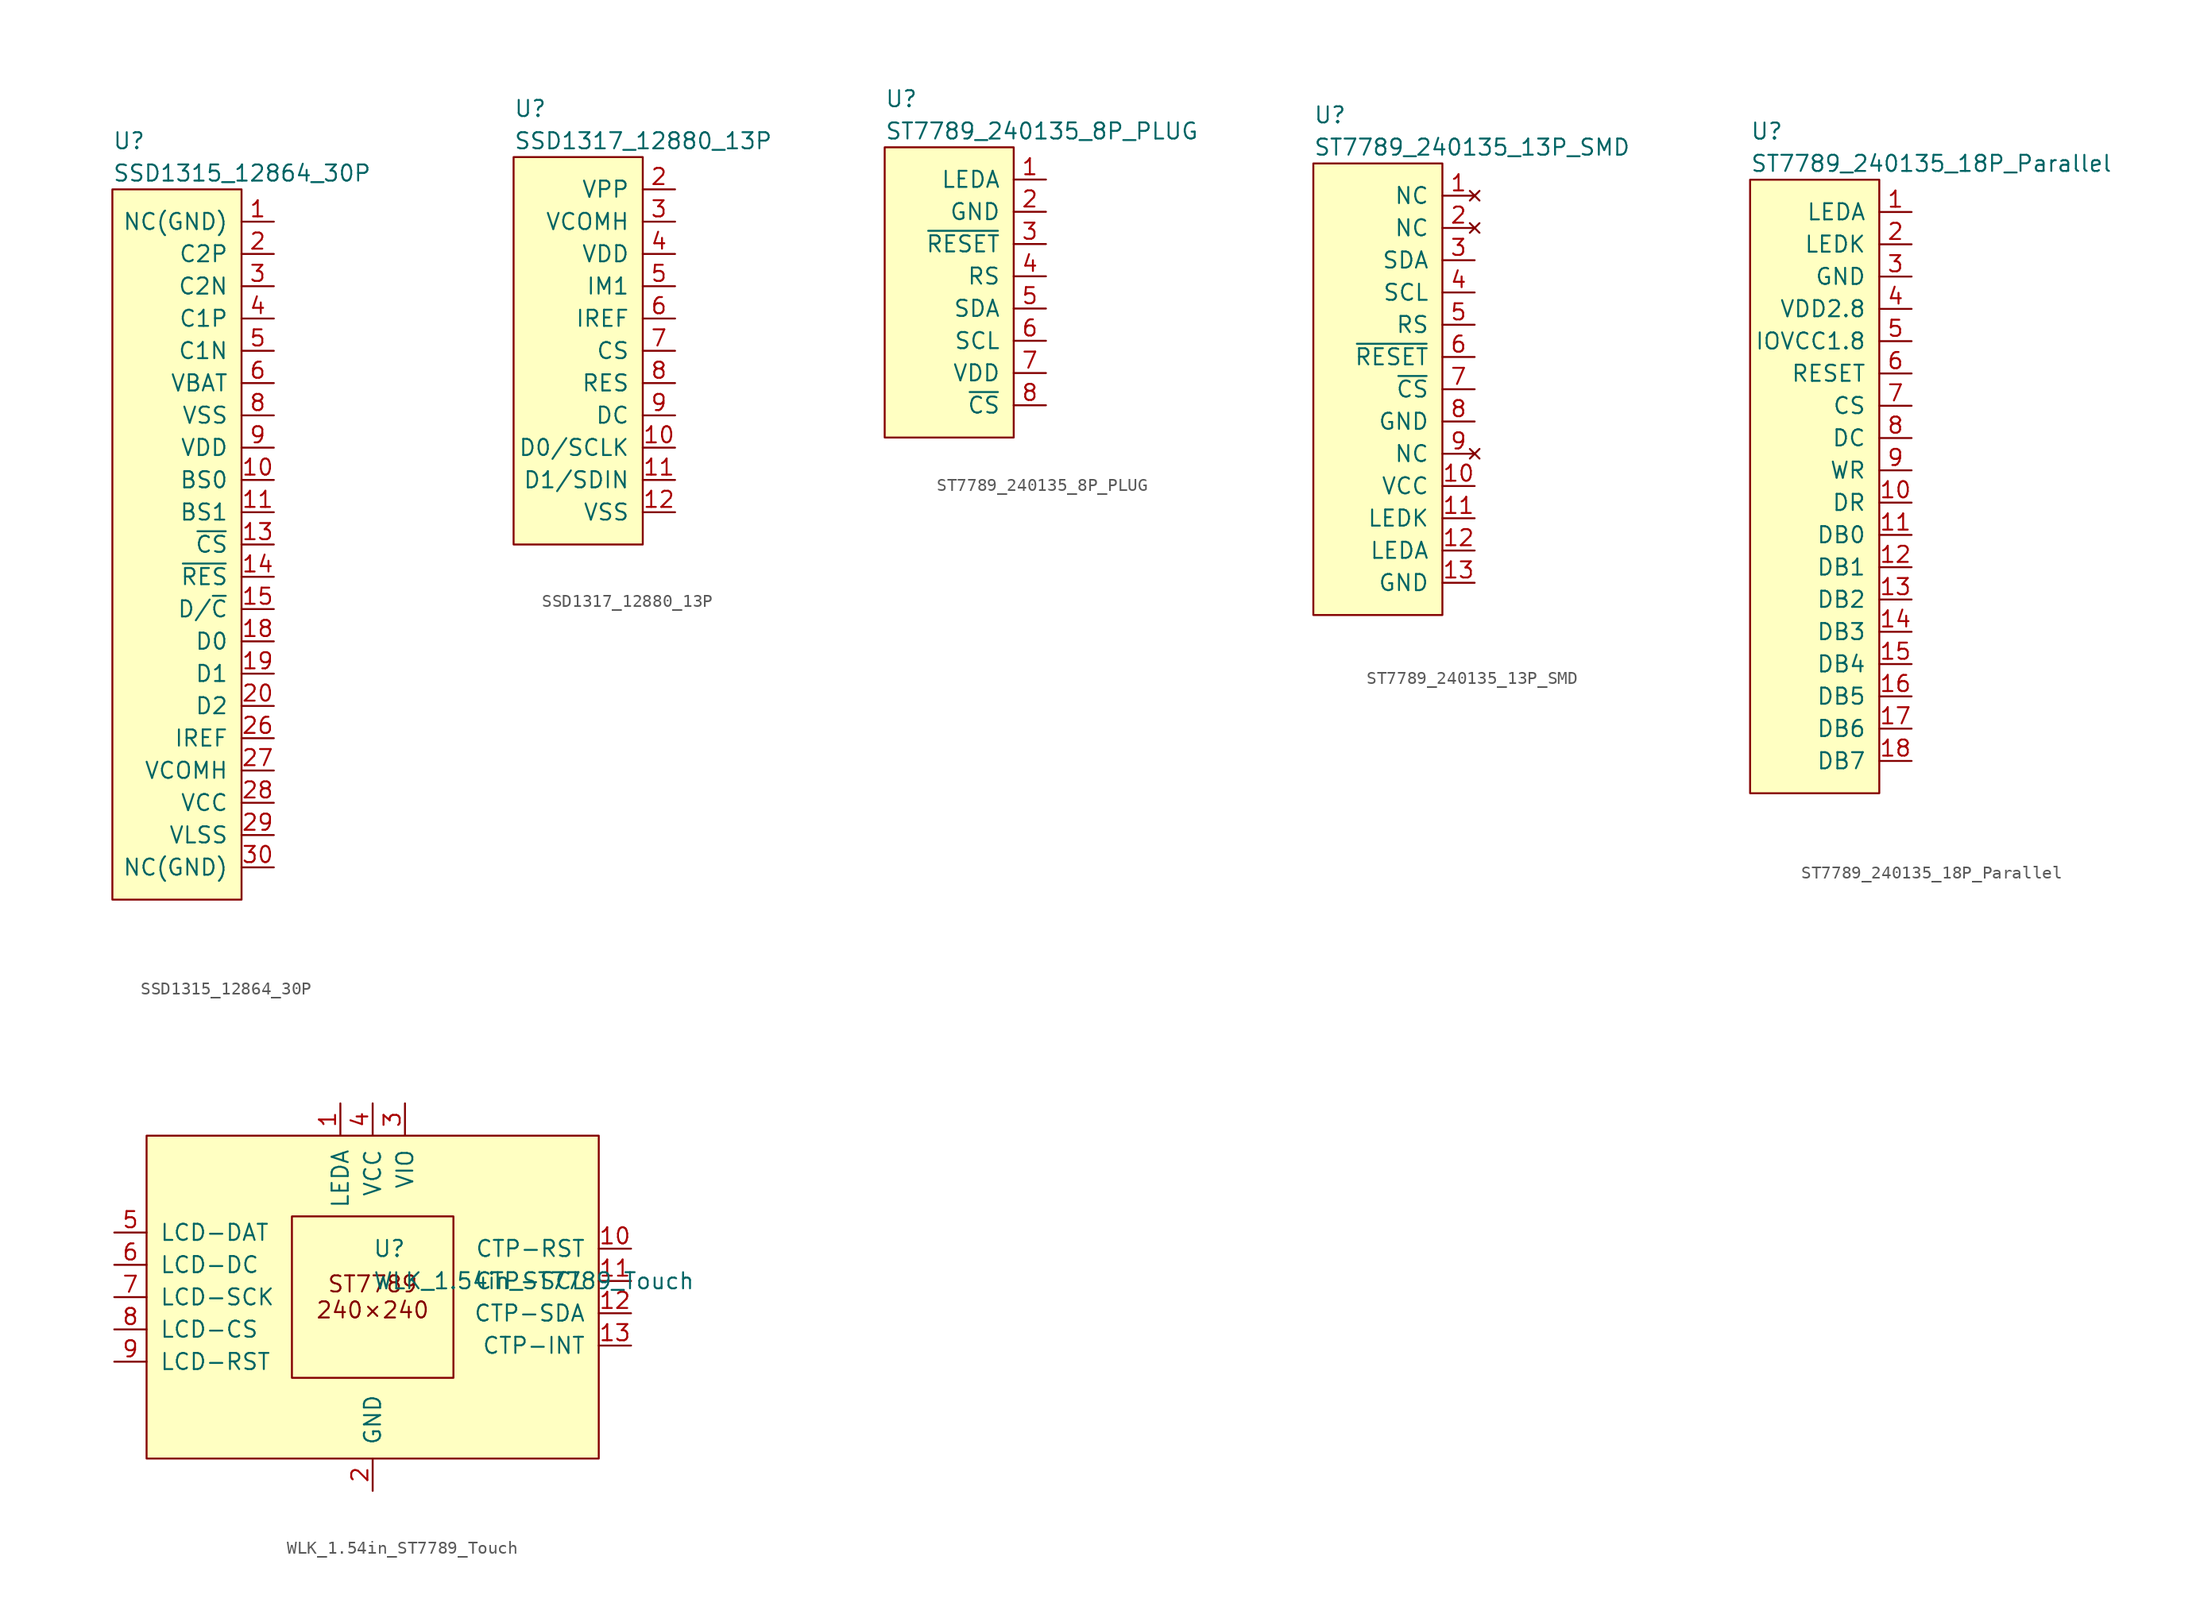
<source format=kicad_sym>
(kicad_symbol_lib
  (version 20241209)
  (generator "kicad_symbol_editor")
  (generator_version "9.0")
  (symbol "SSD1315_12864_30P"
    (pin_names
      (offset 1.016))
    (property "Reference" "U"
      (at 0 3.81 0)
      (effects (font (size 1.27 1.27)) (justify left)))
    (property "Value" "SSD1315_12864_30P"
      (at 0 1.27 0)
      (effects (font (size 1.27 1.27)) (justify left)))
    (symbol "SSD1315_12864_30P_0_1"
      (rectangle (start 0 0) (end 10.16 -55.88) (stroke (width 0) (type default)) (fill (type background))))
    (symbol "SSD1315_12864_30P_1_1"
      (pin no_connect line (at -2.54 -5.08 0) (length 2.54) (hide yes) (name "NC" (effects (font (size 1.27 1.27)))) (number "7" (effects (font (size 1.27 1.27)))))
      (pin no_connect line (at -2.54 -7.62 0) (length 2.54) (hide yes) (name "NC" (effects (font (size 1.27 1.27)))) (number "12" (effects (font (size 1.27 1.27)))))
      (pin no_connect line (at -2.54 -10.16 0) (length 2.54) (hide yes) (name "NC" (effects (font (size 1.27 1.27)))) (number "16" (effects (font (size 1.27 1.27)))))
      (pin no_connect line (at -2.54 -12.7 0) (length 2.54) (hide yes) (name "NC" (effects (font (size 1.27 1.27)))) (number "17" (effects (font (size 1.27 1.27)))))
      (pin no_connect line (at -2.54 -15.24 0) (length 2.54) (hide yes) (name "NC" (effects (font (size 1.27 1.27)))) (number "21" (effects (font (size 1.27 1.27)))))
      (pin no_connect line (at -2.54 -17.78 0) (length 2.54) (hide yes) (name "NC" (effects (font (size 1.27 1.27)))) (number "22" (effects (font (size 1.27 1.27)))))
      (pin no_connect line (at -2.54 -20.32 0) (length 2.54) (hide yes) (name "NC" (effects (font (size 1.27 1.27)))) (number "23" (effects (font (size 1.27 1.27)))))
      (pin no_connect line (at -2.54 -22.86 0) (length 2.54) (hide yes) (name "NC" (effects (font (size 1.27 1.27)))) (number "24" (effects (font (size 1.27 1.27)))))
      (pin no_connect line (at -2.54 -25.4 0) (length 2.54) (hide yes) (name "NC" (effects (font (size 1.27 1.27)))) (number "25" (effects (font (size 1.27 1.27)))))
      (pin power_out line (at 12.7 -2.54 180) (length 2.54) (name "NC(GND)" (effects (font (size 1.27 1.27)))) (number "1" (effects (font (size 1.27 1.27)))))
      (pin power_out line (at 12.7 -5.08 180) (length 2.54) (name "C2P" (effects (font (size 1.27 1.27)))) (number "2" (effects (font (size 1.27 1.27)))))
      (pin power_out line (at 12.7 -7.62 180) (length 2.54) (name "C2N" (effects (font (size 1.27 1.27)))) (number "3" (effects (font (size 1.27 1.27)))))
      (pin power_out line (at 12.7 -10.16 180) (length 2.54) (name "C1P" (effects (font (size 1.27 1.27)))) (number "4" (effects (font (size 1.27 1.27)))))
      (pin power_in line (at 12.7 -12.7 180) (length 2.54) (name "C1N" (effects (font (size 1.27 1.27)))) (number "5" (effects (font (size 1.27 1.27)))))
      (pin power_in line (at 12.7 -15.24 180) (length 2.54) (name "VBAT" (effects (font (size 1.27 1.27)))) (number "6" (effects (font (size 1.27 1.27)))))
      (pin power_in line (at 12.7 -17.78 180) (length 2.54) (name "VSS" (effects (font (size 1.27 1.27)))) (number "8" (effects (font (size 1.27 1.27)))))
      (pin power_in line (at 12.7 -20.32 180) (length 2.54) (name "VDD" (effects (font (size 1.27 1.27)))) (number "9" (effects (font (size 1.27 1.27)))))
      (pin input line (at 12.7 -22.86 180) (length 2.54) (name "BS0" (effects (font (size 1.27 1.27)))) (number "10" (effects (font (size 1.27 1.27)))))
      (pin input line (at 12.7 -25.4 180) (length 2.54) (name "BS1" (effects (font (size 1.27 1.27)))) (number "11" (effects (font (size 1.27 1.27)))))
      (pin input line (at 12.7 -27.94 180) (length 2.54) (name "~{CS}" (effects (font (size 1.27 1.27)))) (number "13" (effects (font (size 1.27 1.27)))))
      (pin input line (at 12.7 -30.48 180) (length 2.54) (name "~{RES}" (effects (font (size 1.27 1.27)))) (number "14" (effects (font (size 1.27 1.27)))))
      (pin input line (at 12.7 -33.02 180) (length 2.54) (name "D/~{C}" (effects (font (size 1.27 1.27)))) (number "15" (effects (font (size 1.27 1.27)))))
      (pin input line (at 12.7 -35.56 180) (length 2.54) (name "D0" (effects (font (size 1.27 1.27)))) (number "18" (effects (font (size 1.27 1.27)))))
      (pin input line (at 12.7 -38.1 180) (length 2.54) (name "D1" (effects (font (size 1.27 1.27)))) (number "19" (effects (font (size 1.27 1.27)))))
      (pin input line (at 12.7 -40.64 180) (length 2.54) (name "D2" (effects (font (size 1.27 1.27)))) (number "20" (effects (font (size 1.27 1.27)))))
      (pin input line (at 12.7 -43.18 180) (length 2.54) (name "IREF" (effects (font (size 1.27 1.27)))) (number "26" (effects (font (size 1.27 1.27)))))
      (pin power_in line (at 12.7 -45.72 180) (length 2.54) (name "VCOMH" (effects (font (size 1.27 1.27)))) (number "27" (effects (font (size 1.27 1.27)))))
      (pin power_in line (at 12.7 -48.26 180) (length 2.54) (name "VCC" (effects (font (size 1.27 1.27)))) (number "28" (effects (font (size 1.27 1.27)))))
      (pin power_in line (at 12.7 -50.8 180) (length 2.54) (name "VLSS" (effects (font (size 1.27 1.27)))) (number "29" (effects (font (size 1.27 1.27)))))
      (pin power_in line (at 12.7 -53.34 180) (length 2.54) (name "NC(GND)" (effects (font (size 1.27 1.27)))) (number "30" (effects (font (size 1.27 1.27)))))))
  (symbol "SSD1317_12880_13P"
    (pin_names
      (offset 1.016))
    (property "Reference" "U"
      (at 0 3.81 0)
      (effects (font (size 1.27 1.27)) (justify left)))
    (property "Value" "SSD1317_12880_13P"
      (at 0 1.27 0)
      (effects (font (size 1.27 1.27)) (justify left)))
    (symbol "SSD1317_12880_13P_0_1"
      (rectangle (start 0 0) (end 10.16 -30.48) (stroke (width 0) (type default)) (fill (type background))))
    (symbol "SSD1317_12880_13P_1_1"
      (pin no_connect line (at -2.54 -5.08 0) (length 2.54) (hide yes) (name "NC" (effects (font (size 1.27 1.27)))) (number "1" (effects (font (size 1.27 1.27)))))
      (pin no_connect line (at -2.54 -7.62 0) (length 2.54) (hide yes) (name "NC" (effects (font (size 1.27 1.27)))) (number "13" (effects (font (size 1.27 1.27)))))
      (pin power_in line (at 12.7 -2.54 180) (length 2.54) (name "VPP" (effects (font (size 1.27 1.27)))) (number "2" (effects (font (size 1.27 1.27)))))
      (pin power_in line (at 12.7 -5.08 180) (length 2.54) (name "VCOMH" (effects (font (size 1.27 1.27)))) (number "3" (effects (font (size 1.27 1.27)))))
      (pin power_in line (at 12.7 -7.62 180) (length 2.54) (name "VDD" (effects (font (size 1.27 1.27)))) (number "4" (effects (font (size 1.27 1.27)))))
      (pin input line (at 12.7 -10.16 180) (length 2.54) (name "IM1" (effects (font (size 1.27 1.27)))) (number "5" (effects (font (size 1.27 1.27)))))
      (pin input line (at 12.7 -12.7 180) (length 2.54) (name "IREF" (effects (font (size 1.27 1.27)))) (number "6" (effects (font (size 1.27 1.27)))))
      (pin input line (at 12.7 -15.24 180) (length 2.54) (name "CS" (effects (font (size 1.27 1.27)))) (number "7" (effects (font (size 1.27 1.27)))))
      (pin input line (at 12.7 -17.78 180) (length 2.54) (name "RES" (effects (font (size 1.27 1.27)))) (number "8" (effects (font (size 1.27 1.27)))))
      (pin input line (at 12.7 -20.32 180) (length 2.54) (name "DC" (effects (font (size 1.27 1.27)))) (number "9" (effects (font (size 1.27 1.27)))))
      (pin input line (at 12.7 -22.86 180) (length 2.54) (name "D0/SCLK" (effects (font (size 1.27 1.27)))) (number "10" (effects (font (size 1.27 1.27)))))
      (pin input line (at 12.7 -25.4 180) (length 2.54) (name "D1/SDIN" (effects (font (size 1.27 1.27)))) (number "11" (effects (font (size 1.27 1.27)))))
      (pin power_in line (at 12.7 -27.94 180) (length 2.54) (name "VSS" (effects (font (size 1.27 1.27)))) (number "12" (effects (font (size 1.27 1.27)))))))
  (symbol "ST7789_240135_8P_PLUG"
    (pin_names
      (offset 1.016))
    (property "Reference" "U"
      (at 0 3.81 0)
      (effects (font (size 1.27 1.27)) (justify left)))
    (property "Value" "ST7789_240135_8P_PLUG"
      (at 0 1.27 0)
      (effects (font (size 1.27 1.27)) (justify left)))
    (symbol "ST7789_240135_8P_PLUG_0_1"
      (rectangle (start 0 0) (end 10.16 -22.86) (stroke (width 0) (type default)) (fill (type background))))
    (symbol "ST7789_240135_8P_PLUG_1_1"
      (pin power_in line (at 12.7 -2.54 180) (length 2.54) (name "LEDA" (effects (font (size 1.27 1.27)))) (number "1" (effects (font (size 1.27 1.27)))))
      (pin power_in line (at 12.7 -5.08 180) (length 2.54) (name "GND" (effects (font (size 1.27 1.27)))) (number "2" (effects (font (size 1.27 1.27)))))
      (pin power_in line (at 12.7 -7.62 180) (length 2.54) (name "~{RESET}" (effects (font (size 1.27 1.27)))) (number "3" (effects (font (size 1.27 1.27)))))
      (pin power_out line (at 12.7 -10.16 180) (length 2.54) (name "RS" (effects (font (size 1.27 1.27)))) (number "4" (effects (font (size 1.27 1.27)))))
      (pin power_in line (at 12.7 -12.7 180) (length 2.54) (name "SDA" (effects (font (size 1.27 1.27)))) (number "5" (effects (font (size 1.27 1.27)))))
      (pin input line (at 12.7 -15.24 180) (length 2.54) (name "SCL" (effects (font (size 1.27 1.27)))) (number "6" (effects (font (size 1.27 1.27)))))
      (pin power_in line (at 12.7 -17.78 180) (length 2.54) (name "VDD" (effects (font (size 1.27 1.27)))) (number "7" (effects (font (size 1.27 1.27)))))
      (pin input line (at 12.7 -20.32 180) (length 2.54) (name "~{CS}" (effects (font (size 1.27 1.27)))) (number "8" (effects (font (size 1.27 1.27)))))))
  (symbol "ST7789_240135_13P_SMD"
    (pin_names
      (offset 1.016))
    (property "Reference" "U"
      (at 0 3.81 0)
      (effects (font (size 1.27 1.27)) (justify left)))
    (property "Value" "ST7789_240135_13P_SMD"
      (at 0 1.27 0)
      (effects (font (size 1.27 1.27)) (justify left)))
    (symbol "ST7789_240135_13P_SMD_0_1"
      (rectangle (start 0 0) (end 10.16 -35.56) (stroke (width 0) (type default)) (fill (type background))))
    (symbol "ST7789_240135_13P_SMD_1_1"
      (pin no_connect line (at 12.7 -2.54 180) (length 2.54) (name "NC" (effects (font (size 1.27 1.27)))) (number "1" (effects (font (size 1.27 1.27)))))
      (pin no_connect line (at 12.7 -5.08 180) (length 2.54) (name "NC" (effects (font (size 1.27 1.27)))) (number "2" (effects (font (size 1.27 1.27)))))
      (pin input line (at 12.7 -7.62 180) (length 2.54) (name "SDA" (effects (font (size 1.27 1.27)))) (number "3" (effects (font (size 1.27 1.27)))))
      (pin input line (at 12.7 -10.16 180) (length 2.54) (name "SCL" (effects (font (size 1.27 1.27)))) (number "4" (effects (font (size 1.27 1.27)))))
      (pin input line (at 12.7 -12.7 180) (length 2.54) (name "RS" (effects (font (size 1.27 1.27)))) (number "5" (effects (font (size 1.27 1.27)))))
      (pin input line (at 12.7 -15.24 180) (length 2.54) (name "~{RESET}" (effects (font (size 1.27 1.27)))) (number "6" (effects (font (size 1.27 1.27)))))
      (pin input line (at 12.7 -17.78 180) (length 2.54) (name "~{CS}" (effects (font (size 1.27 1.27)))) (number "7" (effects (font (size 1.27 1.27)))))
      (pin input line (at 12.7 -20.32 180) (length 2.54) (name "GND" (effects (font (size 1.27 1.27)))) (number "8" (effects (font (size 1.27 1.27)))))
      (pin no_connect line (at 12.7 -22.86 180) (length 2.54) (name "NC" (effects (font (size 1.27 1.27)))) (number "9" (effects (font (size 1.27 1.27)))))
      (pin power_in line (at 12.7 -25.4 180) (length 2.54) (name "VCC" (effects (font (size 1.27 1.27)))) (number "10" (effects (font (size 1.27 1.27)))))
      (pin power_in line (at 12.7 -27.94 180) (length 2.54) (name "LEDK" (effects (font (size 1.27 1.27)))) (number "11" (effects (font (size 1.27 1.27)))))
      (pin power_in line (at 12.7 -30.48 180) (length 2.54) (name "LEDA" (effects (font (size 1.27 1.27)))) (number "12" (effects (font (size 1.27 1.27)))))
      (pin power_in line (at 12.7 -33.02 180) (length 2.54) (name "GND" (effects (font (size 1.27 1.27)))) (number "13" (effects (font (size 1.27 1.27)))))))
  (symbol "ST7789_240135_18P_Parallel"
    (pin_names
      (offset 1.016))
    (property "Reference" "U"
      (at 0 3.81 0)
      (effects (font (size 1.27 1.27)) (justify left)))
    (property "Value" "ST7789_240135_18P_Parallel"
      (at 0 1.27 0)
      (effects (font (size 1.27 1.27)) (justify left)))
    (symbol "ST7789_240135_18P_Parallel_0_1"
      (rectangle (start 0 0) (end 10.16 -48.26) (stroke (width 0) (type default)) (fill (type background))))
    (symbol "ST7789_240135_18P_Parallel_1_1"
      (pin power_in line (at 12.7 -2.54 180) (length 2.54) (name "LEDA" (effects (font (size 1.27 1.27)))) (number "1" (effects (font (size 1.27 1.27)))))
      (pin power_in line (at 12.7 -5.08 180) (length 2.54) (name "LEDK" (effects (font (size 1.27 1.27)))) (number "2" (effects (font (size 1.27 1.27)))))
      (pin power_in line (at 12.7 -7.62 180) (length 2.54) (name "GND" (effects (font (size 1.27 1.27)))) (number "3" (effects (font (size 1.27 1.27)))))
      (pin power_out line (at 12.7 -10.16 180) (length 2.54) (name "VDD2.8" (effects (font (size 1.27 1.27)))) (number "4" (effects (font (size 1.27 1.27)))))
      (pin power_in line (at 12.7 -12.7 180) (length 2.54) (name "IOVCC1.8" (effects (font (size 1.27 1.27)))) (number "5" (effects (font (size 1.27 1.27)))))
      (pin input line (at 12.7 -15.24 180) (length 2.54) (name "RESET" (effects (font (size 1.27 1.27)))) (number "6" (effects (font (size 1.27 1.27)))))
      (pin power_in line (at 12.7 -17.78 180) (length 2.54) (name "CS" (effects (font (size 1.27 1.27)))) (number "7" (effects (font (size 1.27 1.27)))))
      (pin input line (at 12.7 -20.32 180) (length 2.54) (name "DC" (effects (font (size 1.27 1.27)))) (number "8" (effects (font (size 1.27 1.27)))))
      (pin input line (at 12.7 -22.86 180) (length 2.54) (name "WR" (effects (font (size 1.27 1.27)))) (number "9" (effects (font (size 1.27 1.27)))))
      (pin input line (at 12.7 -25.4 180) (length 2.54) (name "DR" (effects (font (size 1.27 1.27)))) (number "10" (effects (font (size 1.27 1.27)))))
      (pin bidirectional line (at 12.7 -27.94 180) (length 2.54) (name "DB0" (effects (font (size 1.27 1.27)))) (number "11" (effects (font (size 1.27 1.27)))))
      (pin bidirectional line (at 12.7 -30.48 180) (length 2.54) (name "DB1" (effects (font (size 1.27 1.27)))) (number "12" (effects (font (size 1.27 1.27)))))
      (pin bidirectional line (at 12.7 -33.02 180) (length 2.54) (name "DB2" (effects (font (size 1.27 1.27)))) (number "13" (effects (font (size 1.27 1.27)))))
      (pin bidirectional line (at 12.7 -35.56 180) (length 2.54) (name "DB3" (effects (font (size 1.27 1.27)))) (number "14" (effects (font (size 1.27 1.27)))))
      (pin bidirectional line (at 12.7 -38.1 180) (length 2.54) (name "DB4" (effects (font (size 1.27 1.27)))) (number "15" (effects (font (size 1.27 1.27)))))
      (pin bidirectional line (at 12.7 -40.64 180) (length 2.54) (name "DB5" (effects (font (size 1.27 1.27)))) (number "16" (effects (font (size 1.27 1.27)))))
      (pin bidirectional line (at 12.7 -43.18 180) (length 2.54) (name "DB6" (effects (font (size 1.27 1.27)))) (number "17" (effects (font (size 1.27 1.27)))))
      (pin bidirectional line (at 12.7 -45.72 180) (length 2.54) (name "DB7" (effects (font (size 1.27 1.27)))) (number "18" (effects (font (size 1.27 1.27)))))))
  (symbol "WLK_1.54in_ST7789_Touch"
    (pin_names
      (offset 1.016))
    (property "Reference" "U"
      (at 0 3.81 0)
      (effects (font (size 1.27 1.27)) (justify left)))
    (property "Value" "WLK_1.54in_ST7789_Touch"
      (at 0 1.27 0)
      (effects (font (size 1.27 1.27)) (justify left)))
    (symbol "WLK_1.54in_ST7789_Touch_0_1"
      (rectangle (start -17.78 12.7) (end 17.78 -12.7) (stroke (width 0) (type default)) (fill (type background)))
      (rectangle (start -6.35 6.35) (end 6.35 -6.35) (stroke (width 0) (type default)) (fill (type none))))
    (symbol "WLK_1.54in_ST7789_Touch_1_1"
      (text "ST7789\n240×240" (at 0 0 0) (effects (font (size 1.27 1.27))))
      (pin input line (at -20.32 5.08 0) (length 2.54) (name "LCD-DAT" (effects (font (size 1.27 1.27)))) (number "5" (effects (font (size 1.27 1.27)))))
      (pin input line (at -20.32 2.54 0) (length 2.54) (name "LCD-DC" (effects (font (size 1.27 1.27)))) (number "6" (effects (font (size 1.27 1.27)))))
      (pin input line (at -20.32 0 0) (length 2.54) (name "LCD-SCK" (effects (font (size 1.27 1.27)))) (number "7" (effects (font (size 1.27 1.27)))))
      (pin input line (at -20.32 -2.54 0) (length 2.54) (name "LCD-CS" (effects (font (size 1.27 1.27)))) (number "8" (effects (font (size 1.27 1.27)))))
      (pin input line (at -20.32 -5.08 0) (length 2.54) (name "LCD-RST" (effects (font (size 1.27 1.27)))) (number "9" (effects (font (size 1.27 1.27)))))
      (pin power_in line (at -2.54 15.24 270) (length 2.54) (name "LEDA" (effects (font (size 1.27 1.27)))) (number "1" (effects (font (size 1.27 1.27)))))
      (pin power_in line (at 0 15.24 270) (length 2.54) (name "VCC" (effects (font (size 1.27 1.27)))) (number "4" (effects (font (size 1.27 1.27)))))
      (pin power_in line (at 0 -15.24 90) (length 2.54) (hide yes) (name "GND" (effects (font (size 1.27 1.27)))) (number "14" (effects (font (size 1.27 1.27)))))
      (pin power_in line (at 0 -15.24 90) (length 2.54) (name "GND" (effects (font (size 1.27 1.27)))) (number "2" (effects (font (size 1.27 1.27)))))
      (pin input line (at 2.54 15.24 270) (length 2.54) (name "VIO" (effects (font (size 1.27 1.27)))) (number "3" (effects (font (size 1.27 1.27)))))
      (pin input line (at 20.32 3.81 180) (length 2.54) (name "CTP-RST" (effects (font (size 1.27 1.27)))) (number "10" (effects (font (size 1.27 1.27)))))
      (pin input line (at 20.32 1.27 180) (length 2.54) (name "CTP-SCL" (effects (font (size 1.27 1.27)))) (number "11" (effects (font (size 1.27 1.27)))))
      (pin bidirectional line (at 20.32 -1.27 180) (length 2.54) (name "CTP-SDA" (effects (font (size 1.27 1.27)))) (number "12" (effects (font (size 1.27 1.27)))))
      (pin output line (at 20.32 -3.81 180) (length 2.54) (name "CTP-INT" (effects (font (size 1.27 1.27)))) (number "13" (effects (font (size 1.27 1.27))))))))
</source>
